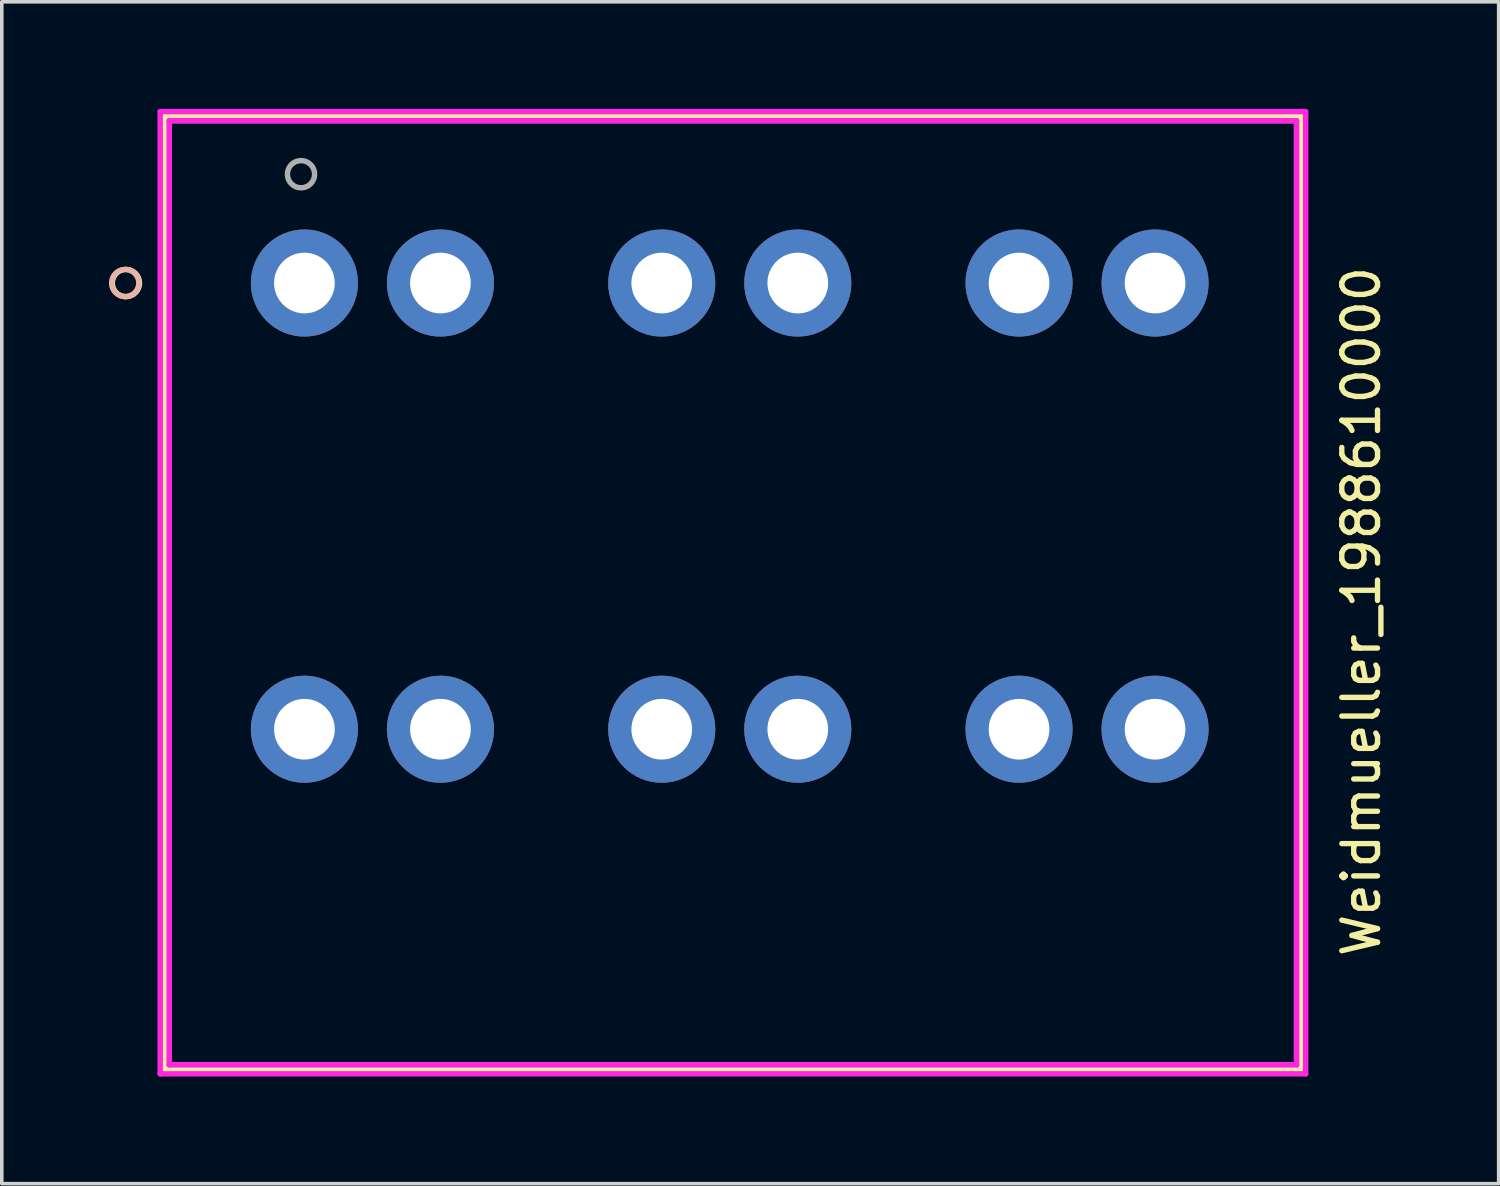
<source format=kicad_pcb>
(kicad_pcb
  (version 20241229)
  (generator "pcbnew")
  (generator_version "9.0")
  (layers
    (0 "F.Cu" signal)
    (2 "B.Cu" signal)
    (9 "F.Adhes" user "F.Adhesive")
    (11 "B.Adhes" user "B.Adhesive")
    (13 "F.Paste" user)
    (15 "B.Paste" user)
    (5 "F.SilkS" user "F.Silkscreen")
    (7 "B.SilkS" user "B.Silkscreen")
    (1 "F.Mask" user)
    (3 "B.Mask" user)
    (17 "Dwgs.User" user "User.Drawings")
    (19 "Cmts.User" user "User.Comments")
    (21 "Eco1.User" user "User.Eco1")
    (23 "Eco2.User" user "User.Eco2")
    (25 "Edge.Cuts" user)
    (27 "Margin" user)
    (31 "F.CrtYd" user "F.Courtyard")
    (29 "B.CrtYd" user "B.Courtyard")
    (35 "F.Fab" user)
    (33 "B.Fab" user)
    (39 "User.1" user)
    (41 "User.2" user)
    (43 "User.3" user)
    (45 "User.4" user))
  (footprint "Weidmueller_1988610000"
    (layer "F.Cu")
    (at 5.476 4.877)
    (property "Reference" "Weidmueller_1988610000" (at 29.6 9.2 90) (layer "F.SilkS") (effects (font (size 1 1) (thickness 0.15))))
    (attr through_hole)
    (fp_line (start -3.912 -4.674) (end -3.912 22.022) (stroke (width 0.152) (type solid)) (layer "F.SilkS"))
    (fp_line (start -3.912 22.022) (end 27.915 22.022) (stroke (width 0.152) (type solid)) (layer "F.SilkS"))
    (fp_line (start 27.915 -4.674) (end -3.912 -4.674) (stroke (width 0.152) (type solid)) (layer "F.SilkS"))
    (fp_line (start 27.915 22.022) (end 27.915 -4.674) (stroke (width 0.152) (type solid)) (layer "F.SilkS"))
    (fp_circle (center -5 0) (end -4.619 0) (stroke (width 0.152) (type solid)) (fill no) (layer "F.SilkS"))
    (fp_circle (center -5.019 0) (end -4.638 0) (stroke (width 0.152) (type solid)) (fill no) (layer "B.SilkS"))
    (fp_line (start -4.039 -4.801) (end -4.039 22.149) (stroke (width 0.152) (type solid)) (layer "F.CrtYd"))
    (fp_line (start -4.039 22.149) (end 28.042 22.149) (stroke (width 0.152) (type solid)) (layer "F.CrtYd"))
    (fp_line (start -3.785 -4.547) (end -3.785 21.895) (stroke (width 0.152) (type solid)) (layer "F.CrtYd"))
    (fp_line (start -3.785 21.895) (end 27.788 21.895) (stroke (width 0.152) (type solid)) (layer "F.CrtYd"))
    (fp_line (start 27.788 -4.547) (end -3.785 -4.547) (stroke (width 0.152) (type solid)) (layer "F.CrtYd"))
    (fp_line (start 27.788 21.895) (end 27.788 -4.547) (stroke (width 0.152) (type solid)) (layer "F.CrtYd"))
    (fp_line (start 28.042 -4.801) (end -4.039 -4.801) (stroke (width 0.152) (type solid)) (layer "F.CrtYd"))
    (fp_line (start 28.042 22.149) (end 28.042 -4.801) (stroke (width 0.152) (type solid)) (layer "F.CrtYd"))
    (fp_line (start -3.785 -4.547) (end -3.785 21.895) (stroke (width 0.152) (type solid)) (layer "F.Fab"))
    (fp_line (start -3.785 21.895) (end 27.788 21.895) (stroke (width 0.152) (type solid)) (layer "F.Fab"))
    (fp_line (start 27.788 -4.547) (end -3.785 -4.547) (stroke (width 0.152) (type solid)) (layer "F.Fab"))
    (fp_line (start 27.788 21.895) (end 27.788 -4.547) (stroke (width 0.152) (type solid)) (layer "F.Fab"))
    (fp_circle (center -0.095 -3.048) (end 0.286 -3.048) (stroke (width 0.152) (type solid)) (fill no) (layer "F.Fab"))
    (pad "1" thru_hole circle (at 0 0) (size 3 3) (drill 1.7) (layers "*.Cu" "*.Mask"))
    (pad "1" thru_hole circle (at 0 12.497) (size 3 3) (drill 1.7) (layers "*.Cu" "*.Mask"))
    (pad "1" thru_hole circle (at 3.81 0) (size 3 3) (drill 1.7) (layers "*.Cu" "*.Mask"))
    (pad "1" thru_hole circle (at 3.81 12.497) (size 3 3) (drill 1.7) (layers "*.Cu" "*.Mask"))
    (pad "2" thru_hole circle (at 10.008 0) (size 3 3) (drill 1.7) (layers "*.Cu" "*.Mask"))
    (pad "2" thru_hole circle (at 10.008 12.497) (size 3 3) (drill 1.7) (layers "*.Cu" "*.Mask"))
    (pad "2" thru_hole circle (at 13.818 0) (size 3 3) (drill 1.7) (layers "*.Cu" "*.Mask"))
    (pad "2" thru_hole circle (at 13.818 12.497) (size 3 3) (drill 1.7) (layers "*.Cu" "*.Mask"))
    (pad "3" thru_hole circle (at 20.015 0) (size 3 3) (drill 1.7) (layers "*.Cu" "*.Mask"))
    (pad "3" thru_hole circle (at 20.015 12.497) (size 3 3) (drill 1.7) (layers "*.Cu" "*.Mask"))
    (pad "3" thru_hole circle (at 23.825 0) (size 3 3) (drill 1.7) (layers "*.Cu" "*.Mask"))
    (pad "3" thru_hole circle (at 23.825 12.497) (size 3 3) (drill 1.7) (layers "*.Cu" "*.Mask")))
  (gr_rect
    (start -3 -3)
    (end 38.924 30.102)
    (stroke (width 0.1) (type default))
    (fill no)
    (layer "Edge.Cuts")))
</source>
